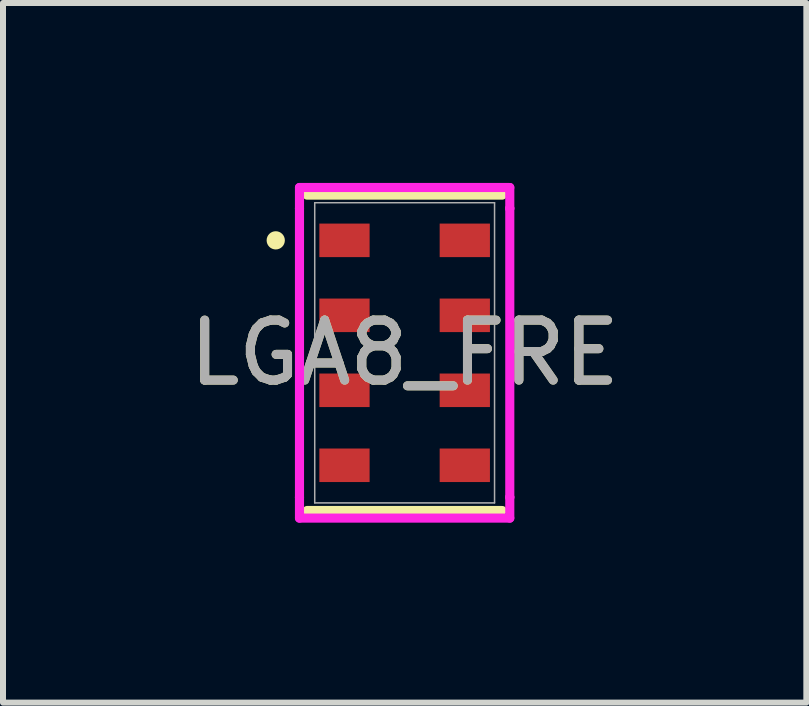
<source format=kicad_pcb>
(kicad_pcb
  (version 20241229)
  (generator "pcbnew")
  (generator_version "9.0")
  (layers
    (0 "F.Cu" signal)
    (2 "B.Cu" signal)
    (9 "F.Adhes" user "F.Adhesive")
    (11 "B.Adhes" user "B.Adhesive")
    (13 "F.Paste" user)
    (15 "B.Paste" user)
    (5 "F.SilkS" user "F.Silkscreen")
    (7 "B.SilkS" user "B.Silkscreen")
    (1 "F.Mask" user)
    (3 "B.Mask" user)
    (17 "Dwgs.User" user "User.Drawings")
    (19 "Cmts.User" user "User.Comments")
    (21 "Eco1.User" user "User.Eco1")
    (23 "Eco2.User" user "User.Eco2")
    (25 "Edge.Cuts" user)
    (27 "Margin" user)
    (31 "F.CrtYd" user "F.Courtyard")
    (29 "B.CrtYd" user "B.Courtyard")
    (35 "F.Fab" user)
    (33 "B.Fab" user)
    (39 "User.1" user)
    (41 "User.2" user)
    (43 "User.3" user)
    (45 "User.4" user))
  (footprint "LGA8_FRE"
    (layer "F.Cu")
    (at 3.696 2.832)
    (property "Reference" "LGA8_FRE" (at 0 0 0) (unlocked yes) (layer "F.SilkS") (effects (font (size 1 1) (thickness 0.15))))
    (attr smd)
    (fp_line (start -1.626 2.629) (end 1.626 2.629) (stroke (width 0.152) (type solid)) (layer "F.SilkS"))
    (fp_line (start 1.626 -2.629) (end -1.626 -2.629) (stroke (width 0.152) (type solid)) (layer "F.SilkS"))
    (fp_circle (center -2.149 -1.875) (end -2.073 -1.875) (stroke (width 0.152) (type solid)) (fill no) (layer "F.SilkS"))
    (fp_line (start -1.753 -2.756) (end 1.753 -2.756) (stroke (width 0.152) (type solid)) (layer "F.CrtYd"))
    (fp_line (start -1.753 -2.408) (end -1.753 -2.756) (stroke (width 0.152) (type solid)) (layer "F.CrtYd"))
    (fp_line (start -1.753 -2.408) (end -1.753 -2.408) (stroke (width 0.152) (type solid)) (layer "F.CrtYd"))
    (fp_line (start -1.753 2.408) (end -1.753 -2.408) (stroke (width 0.152) (type solid)) (layer "F.CrtYd"))
    (fp_line (start -1.753 2.408) (end -1.753 2.408) (stroke (width 0.152) (type solid)) (layer "F.CrtYd"))
    (fp_line (start -1.753 2.756) (end -1.753 2.408) (stroke (width 0.152) (type solid)) (layer "F.CrtYd"))
    (fp_line (start 1.753 -2.756) (end 1.753 -2.408) (stroke (width 0.152) (type solid)) (layer "F.CrtYd"))
    (fp_line (start 1.753 -2.408) (end 1.753 -2.408) (stroke (width 0.152) (type solid)) (layer "F.CrtYd"))
    (fp_line (start 1.753 -2.408) (end 1.753 2.408) (stroke (width 0.152) (type solid)) (layer "F.CrtYd"))
    (fp_line (start 1.753 2.408) (end 1.753 2.408) (stroke (width 0.152) (type solid)) (layer "F.CrtYd"))
    (fp_line (start 1.753 2.408) (end 1.753 2.756) (stroke (width 0.152) (type solid)) (layer "F.CrtYd"))
    (fp_line (start 1.753 2.756) (end -1.753 2.756) (stroke (width 0.152) (type solid)) (layer "F.CrtYd"))
    (fp_line (start -1.499 -2.502) (end -1.499 2.502) (stroke (width 0.025) (type solid)) (layer "F.Fab"))
    (fp_line (start -1.499 2.502) (end 1.499 2.502) (stroke (width 0.025) (type solid)) (layer "F.Fab"))
    (fp_line (start 1.499 -2.502) (end -1.499 -2.502) (stroke (width 0.025) (type solid)) (layer "F.Fab"))
    (fp_line (start 1.499 2.502) (end 1.499 -2.502) (stroke (width 0.025) (type solid)) (layer "F.Fab"))
    (fp_text user "${REFERENCE}" (at 0 0 0) (unlocked yes) (layer "F.Fab") (effects (font (size 1 1) (thickness 0.15))))
    (pad "1" smd rect (at -1.003 -1.875) (size 0.838 0.559) (layers "F.Cu" "F.Mask" "F.Paste"))
    (pad "2" smd rect (at -1.003 -0.625) (size 0.838 0.559) (layers "F.Cu" "F.Mask" "F.Paste"))
    (pad "3" smd rect (at -1.003 0.625) (size 0.838 0.559) (layers "F.Cu" "F.Mask" "F.Paste"))
    (pad "4" smd rect (at -1.003 1.875) (size 0.838 0.559) (layers "F.Cu" "F.Mask" "F.Paste"))
    (pad "5" smd rect (at 1.003 1.875) (size 0.838 0.559) (layers "F.Cu" "F.Mask" "F.Paste"))
    (pad "6" smd rect (at 1.003 0.625) (size 0.838 0.559) (layers "F.Cu" "F.Mask" "F.Paste"))
    (pad "7" smd rect (at 1.003 -0.625) (size 0.838 0.559) (layers "F.Cu" "F.Mask" "F.Paste"))
    (pad "8" smd rect (at 1.003 -1.875) (size 0.838 0.559) (layers "F.Cu" "F.Mask" "F.Paste")))
  (gr_rect
    (start -3 -3)
    (end 10.393 8.664)
    (stroke (width 0.1) (type default))
    (fill no)
    (layer "Edge.Cuts")))
</source>
